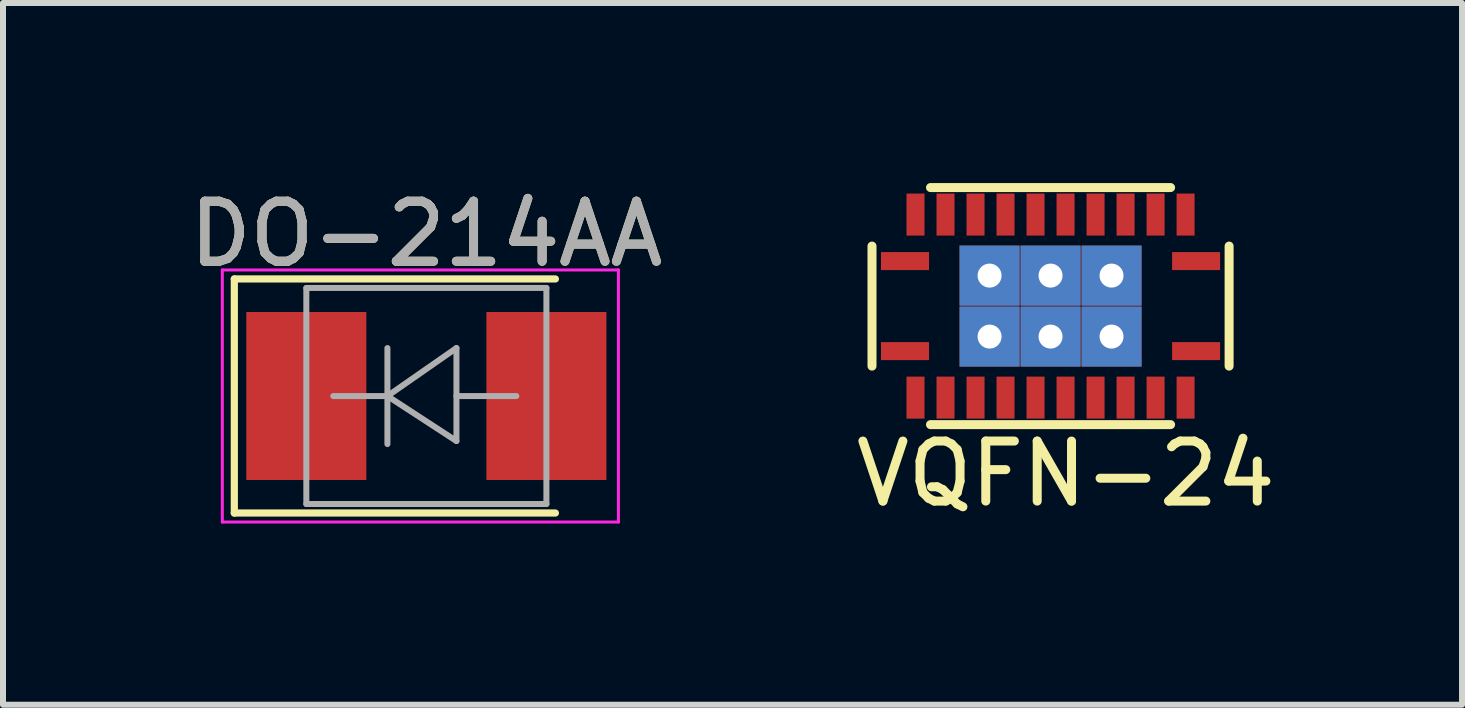
<source format=kicad_pcb>
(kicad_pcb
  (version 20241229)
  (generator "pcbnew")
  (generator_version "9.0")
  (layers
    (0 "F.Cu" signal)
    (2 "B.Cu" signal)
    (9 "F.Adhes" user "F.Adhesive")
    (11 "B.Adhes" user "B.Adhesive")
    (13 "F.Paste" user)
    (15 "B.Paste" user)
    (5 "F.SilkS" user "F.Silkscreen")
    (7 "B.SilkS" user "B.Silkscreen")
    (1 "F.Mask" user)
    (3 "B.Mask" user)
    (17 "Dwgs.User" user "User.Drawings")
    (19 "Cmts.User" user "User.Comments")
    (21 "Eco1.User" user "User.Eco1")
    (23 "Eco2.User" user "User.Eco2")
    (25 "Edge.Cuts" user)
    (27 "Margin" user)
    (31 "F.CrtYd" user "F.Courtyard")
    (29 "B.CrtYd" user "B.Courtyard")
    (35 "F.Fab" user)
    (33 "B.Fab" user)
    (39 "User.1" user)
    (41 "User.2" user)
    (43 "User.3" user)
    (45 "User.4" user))
  (footprint "VQFN-24"
    (layer "F.Cu")
    (at 14.454 2.05)
    (property "Reference" "VQFN-24" (at 0.254 2.794 0) (layer "F.SilkS") (effects (font (size 1 1) (thickness 0.15))))
    (attr through_hole)
    (fp_line (start -2.975 1) (end -2.975 -1) (stroke (width 0.15) (type solid)) (layer "F.SilkS"))
    (fp_line (start -2 -1.975) (end 2 -1.975) (stroke (width 0.15) (type solid)) (layer "F.SilkS"))
    (fp_line (start 2 1.975) (end -2 1.975) (stroke (width 0.15) (type solid)) (layer "F.SilkS"))
    (fp_line (start 2.975 -1) (end 2.975 1) (stroke (width 0.15) (type solid)) (layer "F.SilkS"))
    (pad "1" smd rect (at -2.425 0.75 90) (size 0.3 0.8) (layers "F.Cu" "F.Mask" "F.Paste"))
    (pad "2" smd rect (at -2.25 1.525 180) (size 0.3 0.7) (layers "F.Cu" "F.Mask" "F.Paste"))
    (pad "3" smd rect (at -1.75 1.525) (size 0.3 0.7) (layers "F.Cu" "F.Mask" "F.Paste"))
    (pad "4" smd rect (at -1.25 1.525) (size 0.3 0.7) (layers "F.Cu" "F.Mask" "F.Paste"))
    (pad "5" smd rect (at -0.75 1.525) (size 0.3 0.7) (layers "F.Cu" "F.Mask" "F.Paste"))
    (pad "6" smd rect (at -0.25 1.525) (size 0.3 0.7) (layers "F.Cu" "F.Mask" "F.Paste"))
    (pad "7" smd rect (at 0.25 1.525) (size 0.3 0.7) (layers "F.Cu" "F.Mask" "F.Paste"))
    (pad "8" smd rect (at 0.75 1.525) (size 0.3 0.7) (layers "F.Cu" "F.Mask" "F.Paste"))
    (pad "9" smd rect (at 1.25 1.525) (size 0.3 0.7) (layers "F.Cu" "F.Mask" "F.Paste"))
    (pad "10" smd rect (at 1.75 1.525) (size 0.3 0.7) (layers "F.Cu" "F.Mask" "F.Paste"))
    (pad "11" smd rect (at 2.25 1.525) (size 0.3 0.7) (layers "F.Cu" "F.Mask" "F.Paste"))
    (pad "12" smd rect (at 2.425 0.75 90) (size 0.3 0.8) (layers "F.Cu" "F.Mask" "F.Paste"))
    (pad "13" smd rect (at 2.425 -0.75 90) (size 0.3 0.8) (layers "F.Cu" "F.Mask" "F.Paste"))
    (pad "14" smd rect (at 2.25 -1.525) (size 0.3 0.7) (layers "F.Cu" "F.Mask" "F.Paste"))
    (pad "15" smd rect (at 1.75 -1.525) (size 0.3 0.7) (layers "F.Cu" "F.Mask" "F.Paste"))
    (pad "16" smd rect (at 1.25 -1.525) (size 0.3 0.7) (layers "F.Cu" "F.Mask" "F.Paste"))
    (pad "17" smd rect (at 0.75 -1.525) (size 0.3 0.7) (layers "F.Cu" "F.Mask" "F.Paste"))
    (pad "18" smd rect (at 0.25 -1.525) (size 0.3 0.7) (layers "F.Cu" "F.Mask" "F.Paste"))
    (pad "19" smd rect (at -0.25 -1.525) (size 0.3 0.7) (layers "F.Cu" "F.Mask" "F.Paste"))
    (pad "20" smd rect (at -0.75 -1.525) (size 0.3 0.7) (layers "F.Cu" "F.Mask" "F.Paste"))
    (pad "21" smd rect (at -1.25 -1.525) (size 0.3 0.7) (layers "F.Cu" "F.Mask" "F.Paste"))
    (pad "22" smd rect (at -1.75 -1.525) (size 0.3 0.7) (layers "F.Cu" "F.Mask" "F.Paste"))
    (pad "23" smd rect (at -2.25 -1.525) (size 0.3 0.7) (layers "F.Cu" "F.Mask" "F.Paste"))
    (pad "24" smd rect (at -2.425 -0.75 90) (size 0.3 0.8) (layers "F.Cu" "F.Mask" "F.Paste"))
    (pad "GND" thru_hole rect (at -1.016 -0.508) (size 1 1) (drill 0.4) (layers "*.Cu" "*.Mask"))
    (pad "GND" thru_hole rect (at -1.016 0.508) (size 1 1) (drill 0.4) (layers "*.Cu" "*.Mask"))
    (pad "GND" thru_hole rect (at 0 -0.508) (size 1 1) (drill 0.4) (layers "*.Cu" "*.Mask"))
    (pad "GND" thru_hole rect (at 0 0.508) (size 1 1) (drill 0.4) (layers "*.Cu" "*.Mask"))
    (pad "GND" thru_hole rect (at 1.016 -0.508) (size 1 1) (drill 0.4) (layers "*.Cu" "*.Mask"))
    (pad "GND" thru_hole rect (at 1.016 0.508) (size 1 1) (drill 0.4) (layers "*.Cu" "*.Mask")))
  (footprint "DO-214AA"
    (layer "F.Cu")
    (at 4.054 3.548)
    (property "Reference" "DO-214AA" (at 0 -2.7 0) (layer "F.SilkS") (effects (font (size 1 1) (thickness 0.15))))
    (attr smd)
    (fp_line (start -3.2 -1.95) (end -3.2 1.95) (stroke (width 0.12) (type solid)) (layer "F.SilkS"))
    (fp_line (start -3.2 -1.95) (end 2.15 -1.95) (stroke (width 0.12) (type solid)) (layer "F.SilkS"))
    (fp_line (start -3.2 1.95) (end 2.15 1.95) (stroke (width 0.12) (type solid)) (layer "F.SilkS"))
    (fp_line (start -3.4 -2.1) (end 3.2 -2.1) (stroke (width 0.05) (type solid)) (layer "F.CrtYd"))
    (fp_line (start -3.4 2.1) (end -3.4 -2.1) (stroke (width 0.05) (type solid)) (layer "F.CrtYd"))
    (fp_line (start 3.2 -2.1) (end 3.2 2.1) (stroke (width 0.05) (type solid)) (layer "F.CrtYd"))
    (fp_line (start 3.2 2.1) (end -3.4 2.1) (stroke (width 0.05) (type solid)) (layer "F.CrtYd"))
    (fp_line (start -2 1.8) (end -2 -1.8) (stroke (width 0.1) (type solid)) (layer "F.Fab"))
    (fp_line (start -0.649 -0.799) (end -0.649 0.801) (stroke (width 0.1) (type solid)) (layer "F.Fab"))
    (fp_line (start -0.649 0.001) (end -1.551 0.001) (stroke (width 0.1) (type solid)) (layer "F.Fab"))
    (fp_line (start -0.649 0.001) (end 0.501 -0.799) (stroke (width 0.1) (type solid)) (layer "F.Fab"))
    (fp_line (start -0.649 0.001) (end 0.501 0.75) (stroke (width 0.1) (type solid)) (layer "F.Fab"))
    (fp_line (start 0.501 0.001) (end 1.499 0.001) (stroke (width 0.1) (type solid)) (layer "F.Fab"))
    (fp_line (start 0.501 0.75) (end 0.501 -0.799) (stroke (width 0.1) (type solid)) (layer "F.Fab"))
    (fp_line (start 2 -1.8) (end -2 -1.8) (stroke (width 0.1) (type solid)) (layer "F.Fab"))
    (fp_line (start 2 1.8) (end -2 1.8) (stroke (width 0.1) (type solid)) (layer "F.Fab"))
    (fp_line (start 2 1.8) (end 2 -1.8) (stroke (width 0.1) (type solid)) (layer "F.Fab"))
    (fp_text user "${REFERENCE}" (at 0 -2.7 0) (layer "F.Fab") (effects (font (size 1 1) (thickness 0.15))))
    (pad "1" smd rect (at -2 0) (size 2 2.8) (layers "F.Cu" "F.Mask" "F.Paste"))
    (pad "2" smd rect (at 2 0) (size 2 2.8) (layers "F.Cu" "F.Mask" "F.Paste")))
  (gr_rect
    (start -3 -3)
    (end 21.31 8.692)
    (stroke (width 0.1) (type default))
    (fill no)
    (layer "Edge.Cuts")))
</source>
